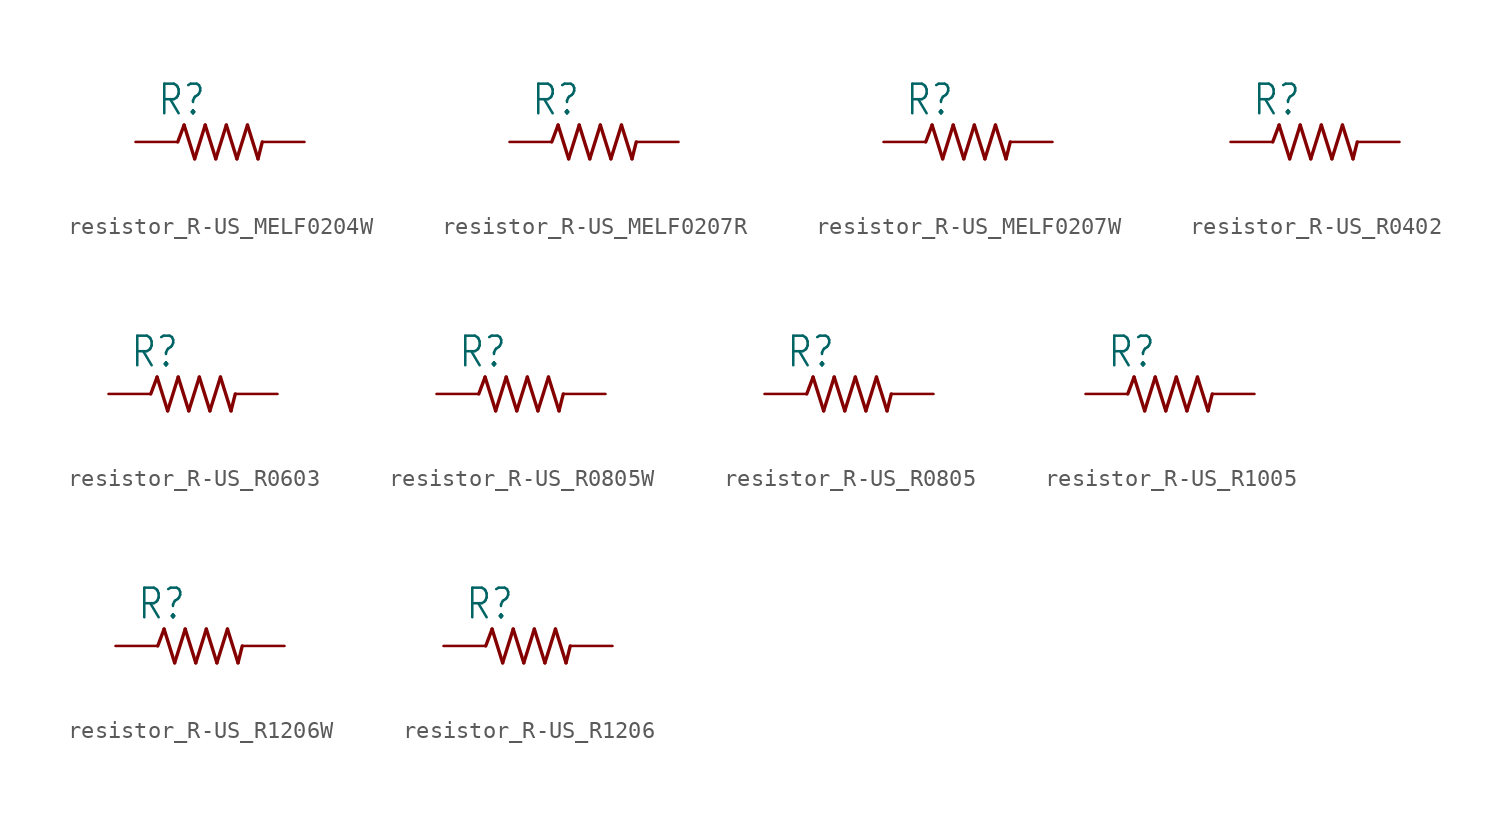
<source format=kicad_sym>
(kicad_symbol_lib
  (version 20231120)
  (generator "kicad_symbol_editor")
  (generator_version "8.0")
  (symbol "resistor_R-US_MELF0204W"
    (property "Reference" "R"
      (at -3.81 1.499 0)
      (effects (font (size 1.778 1.511)) (justify left bottom)))
    (property "Value" ""
      (at -3.81 -3.302 0)
      (effects (font (size 1.778 1.511)) (justify left bottom)))
    (property "ki_locked" ""
      (at 0 0 0)
      (effects (font (size 1.27 1.27))))
    (symbol "resistor_R-US_MELF0204W_1_0"
      (polyline (pts (xy -2.54 0) (xy -2.159 1.016)) (stroke (width 0.203) (type solid)) (fill (type none)))
      (polyline (pts (xy -2.159 1.016) (xy -1.524 -1.016)) (stroke (width 0.203) (type solid)) (fill (type none)))
      (polyline (pts (xy -1.524 -1.016) (xy -0.889 1.016)) (stroke (width 0.203) (type solid)) (fill (type none)))
      (polyline (pts (xy -0.889 1.016) (xy -0.254 -1.016)) (stroke (width 0.203) (type solid)) (fill (type none)))
      (polyline (pts (xy -0.254 -1.016) (xy 0.381 1.016)) (stroke (width 0.203) (type solid)) (fill (type none)))
      (polyline (pts (xy 0.381 1.016) (xy 1.016 -1.016)) (stroke (width 0.203) (type solid)) (fill (type none)))
      (polyline (pts (xy 1.016 -1.016) (xy 1.651 1.016)) (stroke (width 0.203) (type solid)) (fill (type none)))
      (polyline (pts (xy 1.651 1.016) (xy 2.286 -1.016)) (stroke (width 0.203) (type solid)) (fill (type none)))
      (polyline (pts (xy 2.286 -1.016) (xy 2.54 0)) (stroke (width 0.203) (type solid)) (fill (type none)))
      (pin passive line (at -5.08 0 0) (length 2.54) (name "1" (effects (font (size 0 0)))) (number "1" (effects (font (size 0 0)))))
      (pin passive line (at 5.08 0 180) (length 2.54) (name "2" (effects (font (size 0 0)))) (number "2" (effects (font (size 0 0)))))))
  (symbol "resistor_R-US_MELF0207R"
    (property "Reference" "R"
      (at -3.81 1.499 0)
      (effects (font (size 1.778 1.511)) (justify left bottom)))
    (property "Value" ""
      (at -3.81 -3.302 0)
      (effects (font (size 1.778 1.511)) (justify left bottom)))
    (property "ki_locked" ""
      (at 0 0 0)
      (effects (font (size 1.27 1.27))))
    (symbol "resistor_R-US_MELF0207R_1_0"
      (polyline (pts (xy -2.54 0) (xy -2.159 1.016)) (stroke (width 0.203) (type solid)) (fill (type none)))
      (polyline (pts (xy -2.159 1.016) (xy -1.524 -1.016)) (stroke (width 0.203) (type solid)) (fill (type none)))
      (polyline (pts (xy -1.524 -1.016) (xy -0.889 1.016)) (stroke (width 0.203) (type solid)) (fill (type none)))
      (polyline (pts (xy -0.889 1.016) (xy -0.254 -1.016)) (stroke (width 0.203) (type solid)) (fill (type none)))
      (polyline (pts (xy -0.254 -1.016) (xy 0.381 1.016)) (stroke (width 0.203) (type solid)) (fill (type none)))
      (polyline (pts (xy 0.381 1.016) (xy 1.016 -1.016)) (stroke (width 0.203) (type solid)) (fill (type none)))
      (polyline (pts (xy 1.016 -1.016) (xy 1.651 1.016)) (stroke (width 0.203) (type solid)) (fill (type none)))
      (polyline (pts (xy 1.651 1.016) (xy 2.286 -1.016)) (stroke (width 0.203) (type solid)) (fill (type none)))
      (polyline (pts (xy 2.286 -1.016) (xy 2.54 0)) (stroke (width 0.203) (type solid)) (fill (type none)))
      (pin passive line (at -5.08 0 0) (length 2.54) (name "1" (effects (font (size 0 0)))) (number "1" (effects (font (size 0 0)))))
      (pin passive line (at 5.08 0 180) (length 2.54) (name "2" (effects (font (size 0 0)))) (number "2" (effects (font (size 0 0)))))))
  (symbol "resistor_R-US_MELF0207W"
    (property "Reference" "R"
      (at -3.81 1.499 0)
      (effects (font (size 1.778 1.511)) (justify left bottom)))
    (property "Value" ""
      (at -3.81 -3.302 0)
      (effects (font (size 1.778 1.511)) (justify left bottom)))
    (property "ki_locked" ""
      (at 0 0 0)
      (effects (font (size 1.27 1.27))))
    (symbol "resistor_R-US_MELF0207W_1_0"
      (polyline (pts (xy -2.54 0) (xy -2.159 1.016)) (stroke (width 0.203) (type solid)) (fill (type none)))
      (polyline (pts (xy -2.159 1.016) (xy -1.524 -1.016)) (stroke (width 0.203) (type solid)) (fill (type none)))
      (polyline (pts (xy -1.524 -1.016) (xy -0.889 1.016)) (stroke (width 0.203) (type solid)) (fill (type none)))
      (polyline (pts (xy -0.889 1.016) (xy -0.254 -1.016)) (stroke (width 0.203) (type solid)) (fill (type none)))
      (polyline (pts (xy -0.254 -1.016) (xy 0.381 1.016)) (stroke (width 0.203) (type solid)) (fill (type none)))
      (polyline (pts (xy 0.381 1.016) (xy 1.016 -1.016)) (stroke (width 0.203) (type solid)) (fill (type none)))
      (polyline (pts (xy 1.016 -1.016) (xy 1.651 1.016)) (stroke (width 0.203) (type solid)) (fill (type none)))
      (polyline (pts (xy 1.651 1.016) (xy 2.286 -1.016)) (stroke (width 0.203) (type solid)) (fill (type none)))
      (polyline (pts (xy 2.286 -1.016) (xy 2.54 0)) (stroke (width 0.203) (type solid)) (fill (type none)))
      (pin passive line (at -5.08 0 0) (length 2.54) (name "1" (effects (font (size 0 0)))) (number "1" (effects (font (size 0 0)))))
      (pin passive line (at 5.08 0 180) (length 2.54) (name "2" (effects (font (size 0 0)))) (number "2" (effects (font (size 0 0)))))))
  (symbol "resistor_R-US_R0402"
    (property "Reference" "R"
      (at -3.81 1.499 0)
      (effects (font (size 1.778 1.511)) (justify left bottom)))
    (property "Value" ""
      (at -3.81 -3.302 0)
      (effects (font (size 1.778 1.511)) (justify left bottom)))
    (property "ki_locked" ""
      (at 0 0 0)
      (effects (font (size 1.27 1.27))))
    (symbol "resistor_R-US_R0402_1_0"
      (polyline (pts (xy -2.54 0) (xy -2.159 1.016)) (stroke (width 0.203) (type solid)) (fill (type none)))
      (polyline (pts (xy -2.159 1.016) (xy -1.524 -1.016)) (stroke (width 0.203) (type solid)) (fill (type none)))
      (polyline (pts (xy -1.524 -1.016) (xy -0.889 1.016)) (stroke (width 0.203) (type solid)) (fill (type none)))
      (polyline (pts (xy -0.889 1.016) (xy -0.254 -1.016)) (stroke (width 0.203) (type solid)) (fill (type none)))
      (polyline (pts (xy -0.254 -1.016) (xy 0.381 1.016)) (stroke (width 0.203) (type solid)) (fill (type none)))
      (polyline (pts (xy 0.381 1.016) (xy 1.016 -1.016)) (stroke (width 0.203) (type solid)) (fill (type none)))
      (polyline (pts (xy 1.016 -1.016) (xy 1.651 1.016)) (stroke (width 0.203) (type solid)) (fill (type none)))
      (polyline (pts (xy 1.651 1.016) (xy 2.286 -1.016)) (stroke (width 0.203) (type solid)) (fill (type none)))
      (polyline (pts (xy 2.286 -1.016) (xy 2.54 0)) (stroke (width 0.203) (type solid)) (fill (type none)))
      (pin passive line (at -5.08 0 0) (length 2.54) (name "1" (effects (font (size 0 0)))) (number "1" (effects (font (size 0 0)))))
      (pin passive line (at 5.08 0 180) (length 2.54) (name "2" (effects (font (size 0 0)))) (number "2" (effects (font (size 0 0)))))))
  (symbol "resistor_R-US_R0603"
    (property "Reference" "R"
      (at -3.81 1.499 0)
      (effects (font (size 1.778 1.511)) (justify left bottom)))
    (property "Value" ""
      (at -3.81 -3.302 0)
      (effects (font (size 1.778 1.511)) (justify left bottom)))
    (property "ki_locked" ""
      (at 0 0 0)
      (effects (font (size 1.27 1.27))))
    (symbol "resistor_R-US_R0603_1_0"
      (polyline (pts (xy -2.54 0) (xy -2.159 1.016)) (stroke (width 0.203) (type solid)) (fill (type none)))
      (polyline (pts (xy -2.159 1.016) (xy -1.524 -1.016)) (stroke (width 0.203) (type solid)) (fill (type none)))
      (polyline (pts (xy -1.524 -1.016) (xy -0.889 1.016)) (stroke (width 0.203) (type solid)) (fill (type none)))
      (polyline (pts (xy -0.889 1.016) (xy -0.254 -1.016)) (stroke (width 0.203) (type solid)) (fill (type none)))
      (polyline (pts (xy -0.254 -1.016) (xy 0.381 1.016)) (stroke (width 0.203) (type solid)) (fill (type none)))
      (polyline (pts (xy 0.381 1.016) (xy 1.016 -1.016)) (stroke (width 0.203) (type solid)) (fill (type none)))
      (polyline (pts (xy 1.016 -1.016) (xy 1.651 1.016)) (stroke (width 0.203) (type solid)) (fill (type none)))
      (polyline (pts (xy 1.651 1.016) (xy 2.286 -1.016)) (stroke (width 0.203) (type solid)) (fill (type none)))
      (polyline (pts (xy 2.286 -1.016) (xy 2.54 0)) (stroke (width 0.203) (type solid)) (fill (type none)))
      (pin passive line (at -5.08 0 0) (length 2.54) (name "1" (effects (font (size 0 0)))) (number "1" (effects (font (size 0 0)))))
      (pin passive line (at 5.08 0 180) (length 2.54) (name "2" (effects (font (size 0 0)))) (number "2" (effects (font (size 0 0)))))))
  (symbol "resistor_R-US_R0805W"
    (property "Reference" "R"
      (at -3.81 1.499 0)
      (effects (font (size 1.778 1.511)) (justify left bottom)))
    (property "Value" ""
      (at -3.81 -3.302 0)
      (effects (font (size 1.778 1.511)) (justify left bottom)))
    (property "ki_locked" ""
      (at 0 0 0)
      (effects (font (size 1.27 1.27))))
    (symbol "resistor_R-US_R0805W_1_0"
      (polyline (pts (xy -2.54 0) (xy -2.159 1.016)) (stroke (width 0.203) (type solid)) (fill (type none)))
      (polyline (pts (xy -2.159 1.016) (xy -1.524 -1.016)) (stroke (width 0.203) (type solid)) (fill (type none)))
      (polyline (pts (xy -1.524 -1.016) (xy -0.889 1.016)) (stroke (width 0.203) (type solid)) (fill (type none)))
      (polyline (pts (xy -0.889 1.016) (xy -0.254 -1.016)) (stroke (width 0.203) (type solid)) (fill (type none)))
      (polyline (pts (xy -0.254 -1.016) (xy 0.381 1.016)) (stroke (width 0.203) (type solid)) (fill (type none)))
      (polyline (pts (xy 0.381 1.016) (xy 1.016 -1.016)) (stroke (width 0.203) (type solid)) (fill (type none)))
      (polyline (pts (xy 1.016 -1.016) (xy 1.651 1.016)) (stroke (width 0.203) (type solid)) (fill (type none)))
      (polyline (pts (xy 1.651 1.016) (xy 2.286 -1.016)) (stroke (width 0.203) (type solid)) (fill (type none)))
      (polyline (pts (xy 2.286 -1.016) (xy 2.54 0)) (stroke (width 0.203) (type solid)) (fill (type none)))
      (pin passive line (at -5.08 0 0) (length 2.54) (name "1" (effects (font (size 0 0)))) (number "1" (effects (font (size 0 0)))))
      (pin passive line (at 5.08 0 180) (length 2.54) (name "2" (effects (font (size 0 0)))) (number "2" (effects (font (size 0 0)))))))
  (symbol "resistor_R-US_R0805"
    (property "Reference" "R"
      (at -3.81 1.499 0)
      (effects (font (size 1.778 1.511)) (justify left bottom)))
    (property "Value" ""
      (at -3.81 -3.302 0)
      (effects (font (size 1.778 1.511)) (justify left bottom)))
    (property "ki_locked" ""
      (at 0 0 0)
      (effects (font (size 1.27 1.27))))
    (symbol "resistor_R-US_R0805_1_0"
      (polyline (pts (xy -2.54 0) (xy -2.159 1.016)) (stroke (width 0.203) (type solid)) (fill (type none)))
      (polyline (pts (xy -2.159 1.016) (xy -1.524 -1.016)) (stroke (width 0.203) (type solid)) (fill (type none)))
      (polyline (pts (xy -1.524 -1.016) (xy -0.889 1.016)) (stroke (width 0.203) (type solid)) (fill (type none)))
      (polyline (pts (xy -0.889 1.016) (xy -0.254 -1.016)) (stroke (width 0.203) (type solid)) (fill (type none)))
      (polyline (pts (xy -0.254 -1.016) (xy 0.381 1.016)) (stroke (width 0.203) (type solid)) (fill (type none)))
      (polyline (pts (xy 0.381 1.016) (xy 1.016 -1.016)) (stroke (width 0.203) (type solid)) (fill (type none)))
      (polyline (pts (xy 1.016 -1.016) (xy 1.651 1.016)) (stroke (width 0.203) (type solid)) (fill (type none)))
      (polyline (pts (xy 1.651 1.016) (xy 2.286 -1.016)) (stroke (width 0.203) (type solid)) (fill (type none)))
      (polyline (pts (xy 2.286 -1.016) (xy 2.54 0)) (stroke (width 0.203) (type solid)) (fill (type none)))
      (pin passive line (at -5.08 0 0) (length 2.54) (name "1" (effects (font (size 0 0)))) (number "1" (effects (font (size 0 0)))))
      (pin passive line (at 5.08 0 180) (length 2.54) (name "2" (effects (font (size 0 0)))) (number "2" (effects (font (size 0 0)))))))
  (symbol "resistor_R-US_R1005"
    (property "Reference" "R"
      (at -3.81 1.499 0)
      (effects (font (size 1.778 1.511)) (justify left bottom)))
    (property "Value" ""
      (at -3.81 -3.302 0)
      (effects (font (size 1.778 1.511)) (justify left bottom)))
    (property "ki_locked" ""
      (at 0 0 0)
      (effects (font (size 1.27 1.27))))
    (symbol "resistor_R-US_R1005_1_0"
      (polyline (pts (xy -2.54 0) (xy -2.159 1.016)) (stroke (width 0.203) (type solid)) (fill (type none)))
      (polyline (pts (xy -2.159 1.016) (xy -1.524 -1.016)) (stroke (width 0.203) (type solid)) (fill (type none)))
      (polyline (pts (xy -1.524 -1.016) (xy -0.889 1.016)) (stroke (width 0.203) (type solid)) (fill (type none)))
      (polyline (pts (xy -0.889 1.016) (xy -0.254 -1.016)) (stroke (width 0.203) (type solid)) (fill (type none)))
      (polyline (pts (xy -0.254 -1.016) (xy 0.381 1.016)) (stroke (width 0.203) (type solid)) (fill (type none)))
      (polyline (pts (xy 0.381 1.016) (xy 1.016 -1.016)) (stroke (width 0.203) (type solid)) (fill (type none)))
      (polyline (pts (xy 1.016 -1.016) (xy 1.651 1.016)) (stroke (width 0.203) (type solid)) (fill (type none)))
      (polyline (pts (xy 1.651 1.016) (xy 2.286 -1.016)) (stroke (width 0.203) (type solid)) (fill (type none)))
      (polyline (pts (xy 2.286 -1.016) (xy 2.54 0)) (stroke (width 0.203) (type solid)) (fill (type none)))
      (pin passive line (at -5.08 0 0) (length 2.54) (name "1" (effects (font (size 0 0)))) (number "1" (effects (font (size 0 0)))))
      (pin passive line (at 5.08 0 180) (length 2.54) (name "2" (effects (font (size 0 0)))) (number "2" (effects (font (size 0 0)))))))
  (symbol "resistor_R-US_R1206W"
    (property "Reference" "R"
      (at -3.81 1.499 0)
      (effects (font (size 1.778 1.511)) (justify left bottom)))
    (property "Value" ""
      (at -3.81 -3.302 0)
      (effects (font (size 1.778 1.511)) (justify left bottom)))
    (property "ki_locked" ""
      (at 0 0 0)
      (effects (font (size 1.27 1.27))))
    (symbol "resistor_R-US_R1206W_1_0"
      (polyline (pts (xy -2.54 0) (xy -2.159 1.016)) (stroke (width 0.203) (type solid)) (fill (type none)))
      (polyline (pts (xy -2.159 1.016) (xy -1.524 -1.016)) (stroke (width 0.203) (type solid)) (fill (type none)))
      (polyline (pts (xy -1.524 -1.016) (xy -0.889 1.016)) (stroke (width 0.203) (type solid)) (fill (type none)))
      (polyline (pts (xy -0.889 1.016) (xy -0.254 -1.016)) (stroke (width 0.203) (type solid)) (fill (type none)))
      (polyline (pts (xy -0.254 -1.016) (xy 0.381 1.016)) (stroke (width 0.203) (type solid)) (fill (type none)))
      (polyline (pts (xy 0.381 1.016) (xy 1.016 -1.016)) (stroke (width 0.203) (type solid)) (fill (type none)))
      (polyline (pts (xy 1.016 -1.016) (xy 1.651 1.016)) (stroke (width 0.203) (type solid)) (fill (type none)))
      (polyline (pts (xy 1.651 1.016) (xy 2.286 -1.016)) (stroke (width 0.203) (type solid)) (fill (type none)))
      (polyline (pts (xy 2.286 -1.016) (xy 2.54 0)) (stroke (width 0.203) (type solid)) (fill (type none)))
      (pin passive line (at -5.08 0 0) (length 2.54) (name "1" (effects (font (size 0 0)))) (number "1" (effects (font (size 0 0)))))
      (pin passive line (at 5.08 0 180) (length 2.54) (name "2" (effects (font (size 0 0)))) (number "2" (effects (font (size 0 0)))))))
  (symbol "resistor_R-US_R1206"
    (property "Reference" "R"
      (at -3.81 1.499 0)
      (effects (font (size 1.778 1.511)) (justify left bottom)))
    (property "Value" ""
      (at -3.81 -3.302 0)
      (effects (font (size 1.778 1.511)) (justify left bottom)))
    (property "ki_locked" ""
      (at 0 0 0)
      (effects (font (size 1.27 1.27))))
    (symbol "resistor_R-US_R1206_1_0"
      (polyline (pts (xy -2.54 0) (xy -2.159 1.016)) (stroke (width 0.203) (type solid)) (fill (type none)))
      (polyline (pts (xy -2.159 1.016) (xy -1.524 -1.016)) (stroke (width 0.203) (type solid)) (fill (type none)))
      (polyline (pts (xy -1.524 -1.016) (xy -0.889 1.016)) (stroke (width 0.203) (type solid)) (fill (type none)))
      (polyline (pts (xy -0.889 1.016) (xy -0.254 -1.016)) (stroke (width 0.203) (type solid)) (fill (type none)))
      (polyline (pts (xy -0.254 -1.016) (xy 0.381 1.016)) (stroke (width 0.203) (type solid)) (fill (type none)))
      (polyline (pts (xy 0.381 1.016) (xy 1.016 -1.016)) (stroke (width 0.203) (type solid)) (fill (type none)))
      (polyline (pts (xy 1.016 -1.016) (xy 1.651 1.016)) (stroke (width 0.203) (type solid)) (fill (type none)))
      (polyline (pts (xy 1.651 1.016) (xy 2.286 -1.016)) (stroke (width 0.203) (type solid)) (fill (type none)))
      (polyline (pts (xy 2.286 -1.016) (xy 2.54 0)) (stroke (width 0.203) (type solid)) (fill (type none)))
      (pin passive line (at -5.08 0 0) (length 2.54) (name "1" (effects (font (size 0 0)))) (number "1" (effects (font (size 0 0)))))
      (pin passive line (at 5.08 0 180) (length 2.54) (name "2" (effects (font (size 0 0)))) (number "2" (effects (font (size 0 0))))))))
</source>
